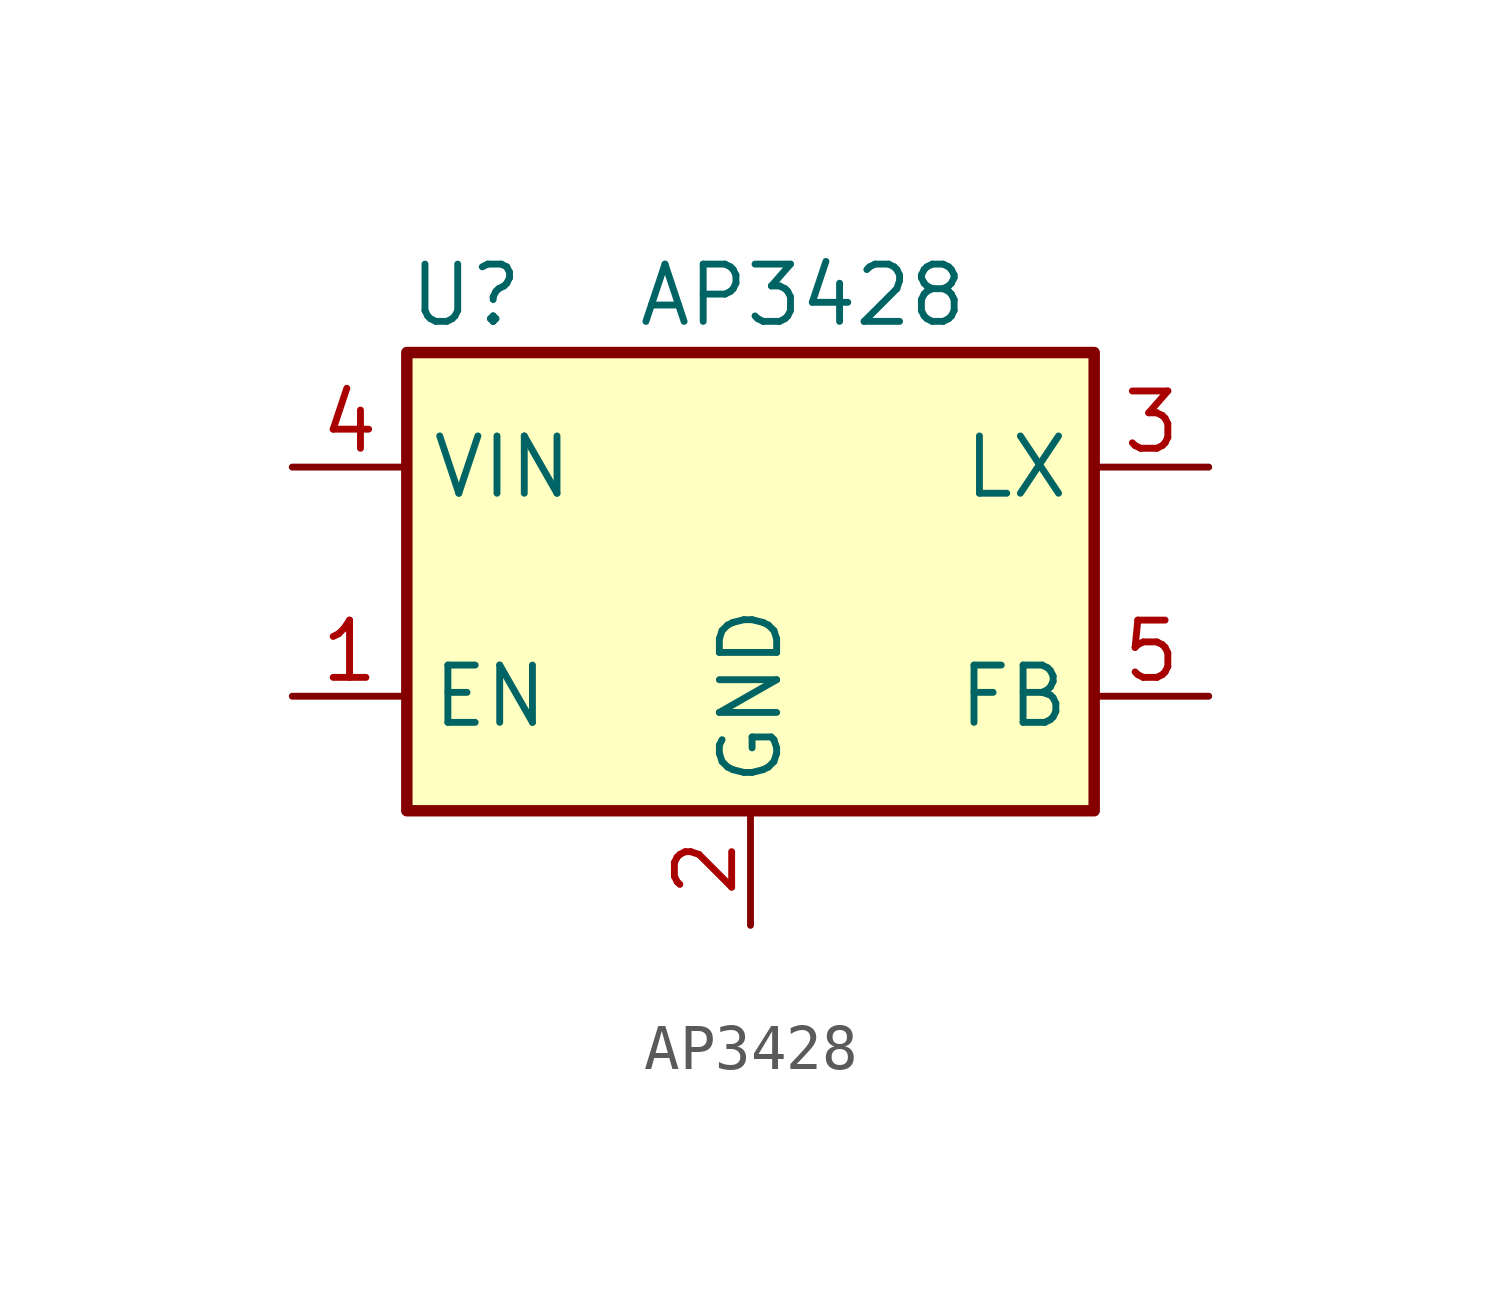
<source format=kicad_sym>
(kicad_symbol_lib
  (version 20200827)
  (generator kicad_symbol_editor)
  (symbol "ap3428:AP3428"
    (property "Reference" "U"
      (at -7.62 6.35 0)
      (effects (font (size 1.27 1.27)) (justify left)))
    (property "Value" "AP3428"
      (at -2.54 6.35 0)
      (effects (font (size 1.27 1.27)) (justify left)))
    (symbol "AP3428_0_1"
      (rectangle (start -7.62 5.08) (end 7.62 -5.08) (stroke (width 0.254)) (fill (type background))))
    (symbol "AP3428_1_1"
      (pin input line (at -10.16 -2.54 0) (length 2.54) (name "EN" (effects (font (size 1.27 1.27)))) (number "1" (effects (font (size 1.27 1.27)))))
      (pin power_in line (at 0 -7.62 90) (length 2.54) (name "GND" (effects (font (size 1.27 1.27)))) (number "2" (effects (font (size 1.27 1.27)))))
      (pin power_out line (at 10.16 2.54 180) (length 2.54) (name "LX" (effects (font (size 1.27 1.27)))) (number "3" (effects (font (size 1.27 1.27)))))
      (pin power_in line (at -10.16 2.54 0) (length 2.54) (name "VIN" (effects (font (size 1.27 1.27)))) (number "4" (effects (font (size 1.27 1.27)))))
      (pin input line (at 10.16 -2.54 180) (length 2.54) (name "FB" (effects (font (size 1.27 1.27)))) (number "5" (effects (font (size 1.27 1.27))))))))
</source>
